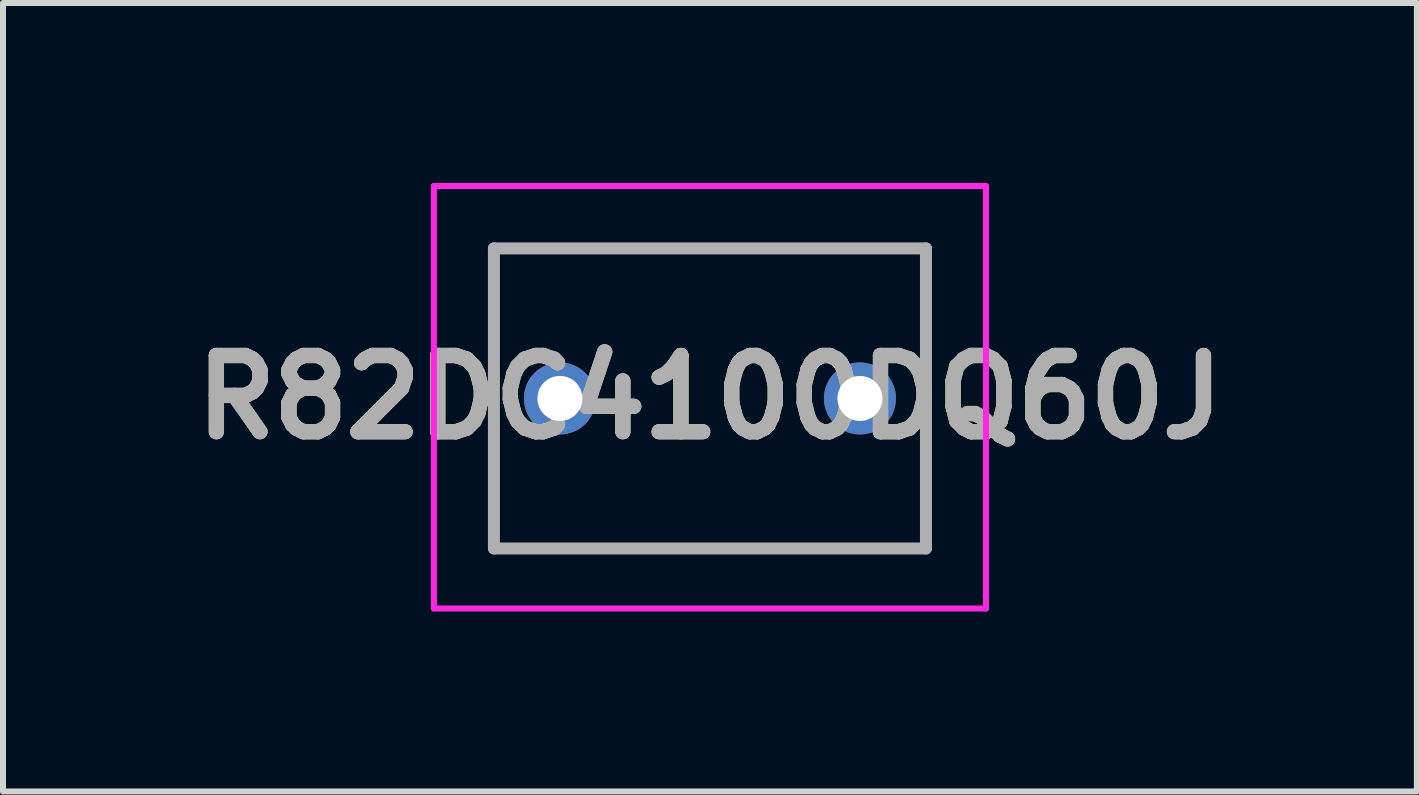
<source format=kicad_pcb>
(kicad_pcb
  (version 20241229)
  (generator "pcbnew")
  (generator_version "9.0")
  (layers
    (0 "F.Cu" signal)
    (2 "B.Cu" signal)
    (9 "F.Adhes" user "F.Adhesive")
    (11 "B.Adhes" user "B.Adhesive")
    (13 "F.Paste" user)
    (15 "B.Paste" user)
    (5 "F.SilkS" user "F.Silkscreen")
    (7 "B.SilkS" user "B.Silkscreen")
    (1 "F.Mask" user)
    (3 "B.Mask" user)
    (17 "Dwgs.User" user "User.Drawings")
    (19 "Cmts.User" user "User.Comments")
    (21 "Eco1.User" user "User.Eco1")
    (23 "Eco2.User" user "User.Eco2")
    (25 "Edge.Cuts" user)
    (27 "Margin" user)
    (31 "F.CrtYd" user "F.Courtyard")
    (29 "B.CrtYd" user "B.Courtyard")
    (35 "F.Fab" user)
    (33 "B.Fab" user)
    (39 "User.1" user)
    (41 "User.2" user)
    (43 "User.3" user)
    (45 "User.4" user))
  (footprint "R82DC4100DQ60J"
    (layer "F.Cu")
    (at 6.281 3.59)
    (property "Reference" "R82DC4100DQ60J" (at 2.5 -0.02 0) (layer "F.SilkS") (effects (font (size 1.27 1.27) (thickness 0.254))))
    (attr through_hole)
    (fp_line (start -1.1 -2.54) (end 6.1 -2.54) (stroke (width 0.1) (type solid)) (layer "F.SilkS"))
    (fp_line (start -1.1 2.5) (end -1.1 -2.54) (stroke (width 0.1) (type solid)) (layer "F.SilkS"))
    (fp_line (start 6.1 -2.54) (end 6.1 2.5) (stroke (width 0.1) (type solid)) (layer "F.SilkS"))
    (fp_line (start 6.1 2.5) (end -1.1 2.5) (stroke (width 0.1) (type solid)) (layer "F.SilkS"))
    (fp_line (start -2.1 -3.54) (end 7.1 -3.54) (stroke (width 0.1) (type solid)) (layer "F.CrtYd"))
    (fp_line (start -2.1 3.5) (end -2.1 -3.54) (stroke (width 0.1) (type solid)) (layer "F.CrtYd"))
    (fp_line (start 7.1 -3.54) (end 7.1 3.5) (stroke (width 0.1) (type solid)) (layer "F.CrtYd"))
    (fp_line (start 7.1 3.5) (end -2.1 3.5) (stroke (width 0.1) (type solid)) (layer "F.CrtYd"))
    (fp_line (start -1.1 -2.5) (end 6.1 -2.5) (stroke (width 0.2) (type solid)) (layer "F.Fab"))
    (fp_line (start -1.1 2.5) (end -1.1 -2.5) (stroke (width 0.2) (type solid)) (layer "F.Fab"))
    (fp_line (start 6.1 -2.5) (end 6.1 2.5) (stroke (width 0.2) (type solid)) (layer "F.Fab"))
    (fp_line (start 6.1 2.5) (end -1.1 2.5) (stroke (width 0.2) (type solid)) (layer "F.Fab"))
    (fp_text user "${REFERENCE}" (at 2.5 -0.02 0) (layer "F.Fab") (effects (font (size 1.27 1.27) (thickness 0.254))))
    (pad "1" thru_hole circle (at 0 0) (size 1.2 1.2) (drill 0.75) (layers "*.Cu" "*.Mask"))
    (pad "2" thru_hole circle (at 5 0) (size 1.2 1.2) (drill 0.75) (layers "*.Cu" "*.Mask")))
  (gr_rect
    (start -3 -3)
    (end 20.562 10.14)
    (stroke (width 0.1) (type default))
    (fill no)
    (layer "Edge.Cuts")))
</source>
